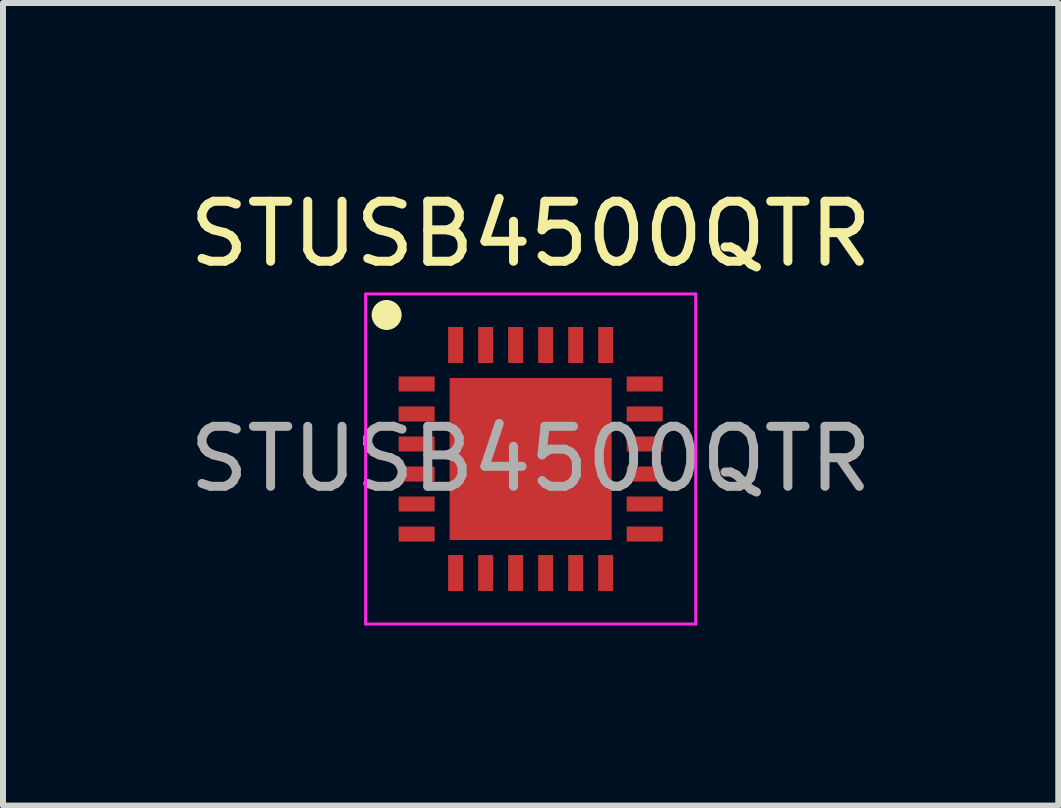
<source format=kicad_pcb>
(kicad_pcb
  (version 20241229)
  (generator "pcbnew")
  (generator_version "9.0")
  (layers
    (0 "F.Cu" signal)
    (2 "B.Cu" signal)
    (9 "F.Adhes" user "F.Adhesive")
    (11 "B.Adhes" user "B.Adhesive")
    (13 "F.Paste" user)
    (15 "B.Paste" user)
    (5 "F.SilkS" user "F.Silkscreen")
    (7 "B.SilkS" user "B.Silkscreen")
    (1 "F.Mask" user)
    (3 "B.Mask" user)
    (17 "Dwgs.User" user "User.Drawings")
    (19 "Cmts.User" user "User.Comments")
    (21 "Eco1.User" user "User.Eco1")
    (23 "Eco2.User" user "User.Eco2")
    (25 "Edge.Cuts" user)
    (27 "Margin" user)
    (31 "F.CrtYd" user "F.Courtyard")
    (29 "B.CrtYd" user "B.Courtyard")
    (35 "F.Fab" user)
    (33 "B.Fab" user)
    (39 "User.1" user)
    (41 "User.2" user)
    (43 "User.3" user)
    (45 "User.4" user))
  (footprint "STUSB4500QTR"
    (layer "F.Cu")
    (at 5.792 4.598)
    (property "Reference" "STUSB4500QTR" (at 0 -3.75 0) (layer "F.SilkS") (effects (font (size 1 1) (thickness 0.15))))
    (attr smd)
    (fp_circle (center -2.4 -2.4) (end -2.2 -2.4) (stroke (width 0.1) (type solid)) (fill yes) (layer "F.SilkS"))
    (fp_line (start -2.75 -2.75) (end 2.75 -2.75) (stroke (width 0.05) (type default)) (layer "F.CrtYd"))
    (fp_line (start -2.75 2.75) (end -2.75 -2.75) (stroke (width 0.05) (type default)) (layer "F.CrtYd"))
    (fp_line (start 2.75 -2.75) (end 2.75 2.75) (stroke (width 0.05) (type default)) (layer "F.CrtYd"))
    (fp_line (start 2.75 2.75) (end -2.75 2.75) (stroke (width 0.05) (type default)) (layer "F.CrtYd"))
    (fp_text user "${REFERENCE}" (at 0 0 0) (layer "F.Fab") (effects (font (size 1 1) (thickness 0.15))))
    (pad "" smd rect (at -1.012 -1.012) (size 0.000001 0.000001) (layers "F.Paste"))
    (pad "" smd rect (at -1.012 -0.338) (size 0.000001 0.000001) (layers "F.Paste"))
    (pad "" smd rect (at -1.012 0.338) (size 0.000001 0.000001) (layers "F.Paste"))
    (pad "" smd rect (at -1.012 1.012) (size 0.000001 0.000001) (layers "F.Paste"))
    (pad "" smd rect (at -0.338 -1.012) (size 0.000001 0.000001) (layers "F.Paste"))
    (pad "" smd rect (at -0.338 -0.338) (size 0.000001 0.000001) (layers "F.Paste"))
    (pad "" smd rect (at -0.338 0.338) (size 0.000001 0.000001) (layers "F.Paste"))
    (pad "" smd rect (at -0.338 1.012) (size 0.000001 0.000001) (layers "F.Paste"))
    (pad "" smd rect (at 0.338 -1.012) (size 0.000001 0.000001) (layers "F.Paste"))
    (pad "" smd rect (at 0.338 -0.338) (size 0.000001 0.000001) (layers "F.Paste"))
    (pad "" smd rect (at 0.338 0.338) (size 0.000001 0.000001) (layers "F.Paste"))
    (pad "" smd rect (at 0.338 1.012) (size 0.000001 0.000001) (layers "F.Paste"))
    (pad "" smd rect (at 1.012 -1.012) (size 0.000001 0.000001) (layers "F.Paste"))
    (pad "" smd rect (at 1.012 -0.338) (size 0.000001 0.000001) (layers "F.Paste"))
    (pad "" smd rect (at 1.012 0.338) (size 0.000001 0.000001) (layers "F.Paste"))
    (pad "" smd rect (at 1.012 1.012) (size 0.000001 0.000001) (layers "F.Paste"))
    (pad "1" smd rect (at -1.9 -1.25 90) (size 0.25 0.6) (layers "F.Cu" "F.Mask" "F.Paste"))
    (pad "2" smd rect (at -1.9 -0.75 90) (size 0.25 0.6) (layers "F.Cu" "F.Mask" "F.Paste"))
    (pad "3" smd rect (at -1.9 -0.25 90) (size 0.25 0.6) (layers "F.Cu" "F.Mask" "F.Paste"))
    (pad "4" smd rect (at -1.9 0.25 90) (size 0.25 0.6) (layers "F.Cu" "F.Mask" "F.Paste"))
    (pad "5" smd rect (at -1.9 0.75 90) (size 0.25 0.6) (layers "F.Cu" "F.Mask" "F.Paste"))
    (pad "6" smd rect (at -1.9 1.25 90) (size 0.25 0.6) (layers "F.Cu" "F.Mask" "F.Paste"))
    (pad "7" smd rect (at -1.25 1.9) (size 0.25 0.6) (layers "F.Cu" "F.Mask" "F.Paste"))
    (pad "8" smd rect (at -0.75 1.9) (size 0.25 0.6) (layers "F.Cu" "F.Mask" "F.Paste"))
    (pad "9" smd rect (at -0.25 1.9) (size 0.25 0.6) (layers "F.Cu" "F.Mask" "F.Paste"))
    (pad "10" smd rect (at 0.25 1.9) (size 0.25 0.6) (layers "F.Cu" "F.Mask" "F.Paste"))
    (pad "11" smd rect (at 0.75 1.9) (size 0.25 0.6) (layers "F.Cu" "F.Mask" "F.Paste"))
    (pad "12" smd rect (at 1.25 1.9) (size 0.25 0.6) (layers "F.Cu" "F.Mask" "F.Paste"))
    (pad "13" smd rect (at 1.9 1.25 90) (size 0.25 0.6) (layers "F.Cu" "F.Mask" "F.Paste"))
    (pad "14" smd rect (at 1.9 0.75 90) (size 0.25 0.6) (layers "F.Cu" "F.Mask" "F.Paste"))
    (pad "15" smd rect (at 1.9 0.25 90) (size 0.25 0.6) (layers "F.Cu" "F.Mask" "F.Paste"))
    (pad "16" smd rect (at 1.9 -0.25 90) (size 0.25 0.6) (layers "F.Cu" "F.Mask" "F.Paste"))
    (pad "17" smd rect (at 1.9 -0.75 90) (size 0.25 0.6) (layers "F.Cu" "F.Mask" "F.Paste"))
    (pad "18" smd rect (at 1.9 -1.25 90) (size 0.25 0.6) (layers "F.Cu" "F.Mask" "F.Paste"))
    (pad "19" smd rect (at 1.25 -1.9) (size 0.25 0.6) (layers "F.Cu" "F.Mask" "F.Paste"))
    (pad "20" smd rect (at 0.75 -1.9) (size 0.25 0.6) (layers "F.Cu" "F.Mask" "F.Paste"))
    (pad "21" smd rect (at 0.25 -1.9) (size 0.25 0.6) (layers "F.Cu" "F.Mask" "F.Paste"))
    (pad "22" smd rect (at -0.25 -1.9) (size 0.25 0.6) (layers "F.Cu" "F.Mask" "F.Paste"))
    (pad "23" smd rect (at -0.75 -1.9) (size 0.25 0.6) (layers "F.Cu" "F.Mask" "F.Paste"))
    (pad "24" smd rect (at -1.25 -1.9) (size 0.25 0.6) (layers "F.Cu" "F.Mask" "F.Paste"))
    (pad "25" smd rect (at 0 0) (size 2.7 2.7) (layers "F.Cu" "F.Mask")))
  (gr_rect
    (start -3 -3)
    (end 14.583 10.373)
    (stroke (width 0.1) (type default))
    (fill no)
    (layer "Edge.Cuts")))
</source>
